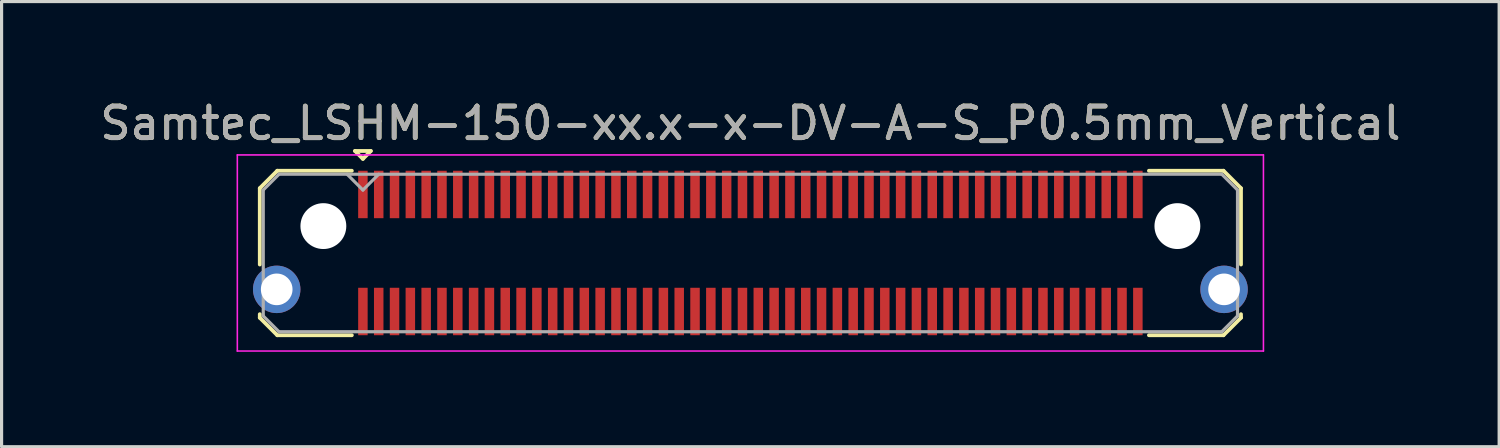
<source format=kicad_pcb>
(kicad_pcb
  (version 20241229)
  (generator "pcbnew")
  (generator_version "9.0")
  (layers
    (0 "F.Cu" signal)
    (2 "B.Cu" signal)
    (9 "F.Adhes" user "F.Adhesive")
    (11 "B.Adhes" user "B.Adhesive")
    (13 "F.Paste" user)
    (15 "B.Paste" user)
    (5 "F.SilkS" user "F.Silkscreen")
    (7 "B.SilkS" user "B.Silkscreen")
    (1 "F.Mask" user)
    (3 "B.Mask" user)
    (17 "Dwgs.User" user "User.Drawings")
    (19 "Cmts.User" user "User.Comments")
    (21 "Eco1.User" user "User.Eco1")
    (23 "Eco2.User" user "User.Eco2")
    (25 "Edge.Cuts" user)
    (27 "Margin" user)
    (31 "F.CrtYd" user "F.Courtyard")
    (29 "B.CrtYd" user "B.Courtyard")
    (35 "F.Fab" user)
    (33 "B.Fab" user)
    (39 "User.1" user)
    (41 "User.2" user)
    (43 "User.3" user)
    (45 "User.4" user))
  (footprint "Samtec_LSHM-150-xx.x-x-DV-A-S_P0.5mm_Vertical"
    (layer "F.Cu")
    (at 20.673 4.948)
    (property "Reference" "Samtec_LSHM-150-xx.x-x-DV-A-S_P0.5mm_Vertical" (at 0 -4.1 0) (layer "F.SilkS") (effects (font (size 1 1) (thickness 0.15))))
    (attr smd)
    (fp_line (start -15.51 -2.047) (end -15.51 0.365) (stroke (width 0.12) (type solid)) (layer "F.SilkS"))
    (fp_line (start -15.51 1.935) (end -15.51 2.047) (stroke (width 0.12) (type solid)) (layer "F.SilkS"))
    (fp_line (start -15.51 2.047) (end -14.957 2.6) (stroke (width 0.12) (type solid)) (layer "F.SilkS"))
    (fp_line (start -14.957 -2.6) (end -15.51 -2.047) (stroke (width 0.12) (type solid)) (layer "F.SilkS"))
    (fp_line (start -14.957 2.6) (end -12.6 2.6) (stroke (width 0.12) (type solid)) (layer "F.SilkS"))
    (fp_line (start -12.6 -2.6) (end -14.957 -2.6) (stroke (width 0.12) (type solid)) (layer "F.SilkS"))
    (fp_line (start -12.5 -3.225) (end -12 -3.225) (stroke (width 0.12) (type solid)) (layer "F.SilkS"))
    (fp_line (start -12.25 -2.975) (end -12.5 -3.225) (stroke (width 0.12) (type solid)) (layer "F.SilkS"))
    (fp_line (start -12 -3.225) (end -12.25 -2.975) (stroke (width 0.12) (type solid)) (layer "F.SilkS"))
    (fp_line (start 12.6 -2.6) (end 14.957 -2.6) (stroke (width 0.12) (type solid)) (layer "F.SilkS"))
    (fp_line (start 14.957 -2.6) (end 15.51 -2.047) (stroke (width 0.12) (type solid)) (layer "F.SilkS"))
    (fp_line (start 14.957 2.6) (end 12.6 2.6) (stroke (width 0.12) (type solid)) (layer "F.SilkS"))
    (fp_line (start 15.51 -2.047) (end 15.51 0.365) (stroke (width 0.12) (type solid)) (layer "F.SilkS"))
    (fp_line (start 15.51 1.935) (end 15.51 2.047) (stroke (width 0.12) (type solid)) (layer "F.SilkS"))
    (fp_line (start 15.51 2.047) (end 14.957 2.6) (stroke (width 0.12) (type solid)) (layer "F.SilkS"))
    (fp_line (start -16.22 -3.1) (end -16.22 3.1) (stroke (width 0.05) (type solid)) (layer "F.CrtYd"))
    (fp_line (start -16.22 3.1) (end 16.22 3.1) (stroke (width 0.05) (type solid)) (layer "F.CrtYd"))
    (fp_line (start 16.22 -3.1) (end -16.22 -3.1) (stroke (width 0.05) (type solid)) (layer "F.CrtYd"))
    (fp_line (start 16.22 3.1) (end 16.22 -3.1) (stroke (width 0.05) (type solid)) (layer "F.CrtYd"))
    (fp_line (start -15.4 -1.992) (end -15.4 1.992) (stroke (width 0.1) (type solid)) (layer "F.Fab"))
    (fp_line (start -15.4 1.992) (end -14.902 2.49) (stroke (width 0.1) (type solid)) (layer "F.Fab"))
    (fp_line (start -14.902 -2.49) (end -15.4 -1.992) (stroke (width 0.1) (type solid)) (layer "F.Fab"))
    (fp_line (start -14.902 2.49) (end 14.902 2.49) (stroke (width 0.1) (type solid)) (layer "F.Fab"))
    (fp_line (start -12.25 -1.99) (end -12.75 -2.49) (stroke (width 0.1) (type solid)) (layer "F.Fab"))
    (fp_line (start -11.75 -2.49) (end -12.25 -1.99) (stroke (width 0.1) (type solid)) (layer "F.Fab"))
    (fp_line (start 14.902 -2.49) (end -14.902 -2.49) (stroke (width 0.1) (type solid)) (layer "F.Fab"))
    (fp_line (start 14.902 2.49) (end 15.4 1.992) (stroke (width 0.1) (type solid)) (layer "F.Fab"))
    (fp_line (start 15.4 -1.992) (end 14.902 -2.49) (stroke (width 0.1) (type solid)) (layer "F.Fab"))
    (fp_line (start 15.4 1.992) (end 15.4 -1.992) (stroke (width 0.1) (type solid)) (layer "F.Fab"))
    (fp_text user "${REFERENCE}" (at 0 -4.1 0) (layer "F.Fab") (effects (font (size 1 1) (thickness 0.15))))
    (pad "" np_thru_hole circle (at -13.5 -0.85) (size 1.45 1.45) (drill 1.45) (layers "*.Cu" "*.Mask"))
    (pad "" np_thru_hole circle (at 13.5 -0.85) (size 1.45 1.45) (drill 1.45) (layers "*.Cu" "*.Mask"))
    (pad "1" smd rect (at -12.25 -1.85) (size 0.3 1.5) (layers "F.Cu" "F.Mask" "F.Paste"))
    (pad "2" smd rect (at -12.25 1.85) (size 0.3 1.5) (layers "F.Cu" "F.Mask" "F.Paste"))
    (pad "3" smd rect (at -11.75 -1.85) (size 0.3 1.5) (layers "F.Cu" "F.Mask" "F.Paste"))
    (pad "4" smd rect (at -11.75 1.85) (size 0.3 1.5) (layers "F.Cu" "F.Mask" "F.Paste"))
    (pad "5" smd rect (at -11.25 -1.85) (size 0.3 1.5) (layers "F.Cu" "F.Mask" "F.Paste"))
    (pad "6" smd rect (at -11.25 1.85) (size 0.3 1.5) (layers "F.Cu" "F.Mask" "F.Paste"))
    (pad "7" smd rect (at -10.75 -1.85) (size 0.3 1.5) (layers "F.Cu" "F.Mask" "F.Paste"))
    (pad "8" smd rect (at -10.75 1.85) (size 0.3 1.5) (layers "F.Cu" "F.Mask" "F.Paste"))
    (pad "9" smd rect (at -10.25 -1.85) (size 0.3 1.5) (layers "F.Cu" "F.Mask" "F.Paste"))
    (pad "10" smd rect (at -10.25 1.85) (size 0.3 1.5) (layers "F.Cu" "F.Mask" "F.Paste"))
    (pad "11" smd rect (at -9.75 -1.85) (size 0.3 1.5) (layers "F.Cu" "F.Mask" "F.Paste"))
    (pad "12" smd rect (at -9.75 1.85) (size 0.3 1.5) (layers "F.Cu" "F.Mask" "F.Paste"))
    (pad "13" smd rect (at -9.25 -1.85) (size 0.3 1.5) (layers "F.Cu" "F.Mask" "F.Paste"))
    (pad "14" smd rect (at -9.25 1.85) (size 0.3 1.5) (layers "F.Cu" "F.Mask" "F.Paste"))
    (pad "15" smd rect (at -8.75 -1.85) (size 0.3 1.5) (layers "F.Cu" "F.Mask" "F.Paste"))
    (pad "16" smd rect (at -8.75 1.85) (size 0.3 1.5) (layers "F.Cu" "F.Mask" "F.Paste"))
    (pad "17" smd rect (at -8.25 -1.85) (size 0.3 1.5) (layers "F.Cu" "F.Mask" "F.Paste"))
    (pad "18" smd rect (at -8.25 1.85) (size 0.3 1.5) (layers "F.Cu" "F.Mask" "F.Paste"))
    (pad "19" smd rect (at -7.75 -1.85) (size 0.3 1.5) (layers "F.Cu" "F.Mask" "F.Paste"))
    (pad "20" smd rect (at -7.75 1.85) (size 0.3 1.5) (layers "F.Cu" "F.Mask" "F.Paste"))
    (pad "21" smd rect (at -7.25 -1.85) (size 0.3 1.5) (layers "F.Cu" "F.Mask" "F.Paste"))
    (pad "22" smd rect (at -7.25 1.85) (size 0.3 1.5) (layers "F.Cu" "F.Mask" "F.Paste"))
    (pad "23" smd rect (at -6.75 -1.85) (size 0.3 1.5) (layers "F.Cu" "F.Mask" "F.Paste"))
    (pad "24" smd rect (at -6.75 1.85) (size 0.3 1.5) (layers "F.Cu" "F.Mask" "F.Paste"))
    (pad "25" smd rect (at -6.25 -1.85) (size 0.3 1.5) (layers "F.Cu" "F.Mask" "F.Paste"))
    (pad "26" smd rect (at -6.25 1.85) (size 0.3 1.5) (layers "F.Cu" "F.Mask" "F.Paste"))
    (pad "27" smd rect (at -5.75 -1.85) (size 0.3 1.5) (layers "F.Cu" "F.Mask" "F.Paste"))
    (pad "28" smd rect (at -5.75 1.85) (size 0.3 1.5) (layers "F.Cu" "F.Mask" "F.Paste"))
    (pad "29" smd rect (at -5.25 -1.85) (size 0.3 1.5) (layers "F.Cu" "F.Mask" "F.Paste"))
    (pad "30" smd rect (at -5.25 1.85) (size 0.3 1.5) (layers "F.Cu" "F.Mask" "F.Paste"))
    (pad "31" smd rect (at -4.75 -1.85) (size 0.3 1.5) (layers "F.Cu" "F.Mask" "F.Paste"))
    (pad "32" smd rect (at -4.75 1.85) (size 0.3 1.5) (layers "F.Cu" "F.Mask" "F.Paste"))
    (pad "33" smd rect (at -4.25 -1.85) (size 0.3 1.5) (layers "F.Cu" "F.Mask" "F.Paste"))
    (pad "34" smd rect (at -4.25 1.85) (size 0.3 1.5) (layers "F.Cu" "F.Mask" "F.Paste"))
    (pad "35" smd rect (at -3.75 -1.85) (size 0.3 1.5) (layers "F.Cu" "F.Mask" "F.Paste"))
    (pad "36" smd rect (at -3.75 1.85) (size 0.3 1.5) (layers "F.Cu" "F.Mask" "F.Paste"))
    (pad "37" smd rect (at -3.25 -1.85) (size 0.3 1.5) (layers "F.Cu" "F.Mask" "F.Paste"))
    (pad "38" smd rect (at -3.25 1.85) (size 0.3 1.5) (layers "F.Cu" "F.Mask" "F.Paste"))
    (pad "39" smd rect (at -2.75 -1.85) (size 0.3 1.5) (layers "F.Cu" "F.Mask" "F.Paste"))
    (pad "40" smd rect (at -2.75 1.85) (size 0.3 1.5) (layers "F.Cu" "F.Mask" "F.Paste"))
    (pad "41" smd rect (at -2.25 -1.85) (size 0.3 1.5) (layers "F.Cu" "F.Mask" "F.Paste"))
    (pad "42" smd rect (at -2.25 1.85) (size 0.3 1.5) (layers "F.Cu" "F.Mask" "F.Paste"))
    (pad "43" smd rect (at -1.75 -1.85) (size 0.3 1.5) (layers "F.Cu" "F.Mask" "F.Paste"))
    (pad "44" smd rect (at -1.75 1.85) (size 0.3 1.5) (layers "F.Cu" "F.Mask" "F.Paste"))
    (pad "45" smd rect (at -1.25 -1.85) (size 0.3 1.5) (layers "F.Cu" "F.Mask" "F.Paste"))
    (pad "46" smd rect (at -1.25 1.85) (size 0.3 1.5) (layers "F.Cu" "F.Mask" "F.Paste"))
    (pad "47" smd rect (at -0.75 -1.85) (size 0.3 1.5) (layers "F.Cu" "F.Mask" "F.Paste"))
    (pad "48" smd rect (at -0.75 1.85) (size 0.3 1.5) (layers "F.Cu" "F.Mask" "F.Paste"))
    (pad "49" smd rect (at -0.25 -1.85) (size 0.3 1.5) (layers "F.Cu" "F.Mask" "F.Paste"))
    (pad "50" smd rect (at -0.25 1.85) (size 0.3 1.5) (layers "F.Cu" "F.Mask" "F.Paste"))
    (pad "51" smd rect (at 0.25 -1.85) (size 0.3 1.5) (layers "F.Cu" "F.Mask" "F.Paste"))
    (pad "52" smd rect (at 0.25 1.85) (size 0.3 1.5) (layers "F.Cu" "F.Mask" "F.Paste"))
    (pad "53" smd rect (at 0.75 -1.85) (size 0.3 1.5) (layers "F.Cu" "F.Mask" "F.Paste"))
    (pad "54" smd rect (at 0.75 1.85) (size 0.3 1.5) (layers "F.Cu" "F.Mask" "F.Paste"))
    (pad "55" smd rect (at 1.25 -1.85) (size 0.3 1.5) (layers "F.Cu" "F.Mask" "F.Paste"))
    (pad "56" smd rect (at 1.25 1.85) (size 0.3 1.5) (layers "F.Cu" "F.Mask" "F.Paste"))
    (pad "57" smd rect (at 1.75 -1.85) (size 0.3 1.5) (layers "F.Cu" "F.Mask" "F.Paste"))
    (pad "58" smd rect (at 1.75 1.85) (size 0.3 1.5) (layers "F.Cu" "F.Mask" "F.Paste"))
    (pad "59" smd rect (at 2.25 -1.85) (size 0.3 1.5) (layers "F.Cu" "F.Mask" "F.Paste"))
    (pad "60" smd rect (at 2.25 1.85) (size 0.3 1.5) (layers "F.Cu" "F.Mask" "F.Paste"))
    (pad "61" smd rect (at 2.75 -1.85) (size 0.3 1.5) (layers "F.Cu" "F.Mask" "F.Paste"))
    (pad "62" smd rect (at 2.75 1.85) (size 0.3 1.5) (layers "F.Cu" "F.Mask" "F.Paste"))
    (pad "63" smd rect (at 3.25 -1.85) (size 0.3 1.5) (layers "F.Cu" "F.Mask" "F.Paste"))
    (pad "64" smd rect (at 3.25 1.85) (size 0.3 1.5) (layers "F.Cu" "F.Mask" "F.Paste"))
    (pad "65" smd rect (at 3.75 -1.85) (size 0.3 1.5) (layers "F.Cu" "F.Mask" "F.Paste"))
    (pad "66" smd rect (at 3.75 1.85) (size 0.3 1.5) (layers "F.Cu" "F.Mask" "F.Paste"))
    (pad "67" smd rect (at 4.25 -1.85) (size 0.3 1.5) (layers "F.Cu" "F.Mask" "F.Paste"))
    (pad "68" smd rect (at 4.25 1.85) (size 0.3 1.5) (layers "F.Cu" "F.Mask" "F.Paste"))
    (pad "69" smd rect (at 4.75 -1.85) (size 0.3 1.5) (layers "F.Cu" "F.Mask" "F.Paste"))
    (pad "70" smd rect (at 4.75 1.85) (size 0.3 1.5) (layers "F.Cu" "F.Mask" "F.Paste"))
    (pad "71" smd rect (at 5.25 -1.85) (size 0.3 1.5) (layers "F.Cu" "F.Mask" "F.Paste"))
    (pad "72" smd rect (at 5.25 1.85) (size 0.3 1.5) (layers "F.Cu" "F.Mask" "F.Paste"))
    (pad "73" smd rect (at 5.75 -1.85) (size 0.3 1.5) (layers "F.Cu" "F.Mask" "F.Paste"))
    (pad "74" smd rect (at 5.75 1.85) (size 0.3 1.5) (layers "F.Cu" "F.Mask" "F.Paste"))
    (pad "75" smd rect (at 6.25 -1.85) (size 0.3 1.5) (layers "F.Cu" "F.Mask" "F.Paste"))
    (pad "76" smd rect (at 6.25 1.85) (size 0.3 1.5) (layers "F.Cu" "F.Mask" "F.Paste"))
    (pad "77" smd rect (at 6.75 -1.85) (size 0.3 1.5) (layers "F.Cu" "F.Mask" "F.Paste"))
    (pad "78" smd rect (at 6.75 1.85) (size 0.3 1.5) (layers "F.Cu" "F.Mask" "F.Paste"))
    (pad "79" smd rect (at 7.25 -1.85) (size 0.3 1.5) (layers "F.Cu" "F.Mask" "F.Paste"))
    (pad "80" smd rect (at 7.25 1.85) (size 0.3 1.5) (layers "F.Cu" "F.Mask" "F.Paste"))
    (pad "81" smd rect (at 7.75 -1.85) (size 0.3 1.5) (layers "F.Cu" "F.Mask" "F.Paste"))
    (pad "82" smd rect (at 7.75 1.85) (size 0.3 1.5) (layers "F.Cu" "F.Mask" "F.Paste"))
    (pad "83" smd rect (at 8.25 -1.85) (size 0.3 1.5) (layers "F.Cu" "F.Mask" "F.Paste"))
    (pad "84" smd rect (at 8.25 1.85) (size 0.3 1.5) (layers "F.Cu" "F.Mask" "F.Paste"))
    (pad "85" smd rect (at 8.75 -1.85) (size 0.3 1.5) (layers "F.Cu" "F.Mask" "F.Paste"))
    (pad "86" smd rect (at 8.75 1.85) (size 0.3 1.5) (layers "F.Cu" "F.Mask" "F.Paste"))
    (pad "87" smd rect (at 9.25 -1.85) (size 0.3 1.5) (layers "F.Cu" "F.Mask" "F.Paste"))
    (pad "88" smd rect (at 9.25 1.85) (size 0.3 1.5) (layers "F.Cu" "F.Mask" "F.Paste"))
    (pad "89" smd rect (at 9.75 -1.85) (size 0.3 1.5) (layers "F.Cu" "F.Mask" "F.Paste"))
    (pad "90" smd rect (at 9.75 1.85) (size 0.3 1.5) (layers "F.Cu" "F.Mask" "F.Paste"))
    (pad "91" smd rect (at 10.25 -1.85) (size 0.3 1.5) (layers "F.Cu" "F.Mask" "F.Paste"))
    (pad "92" smd rect (at 10.25 1.85) (size 0.3 1.5) (layers "F.Cu" "F.Mask" "F.Paste"))
    (pad "93" smd rect (at 10.75 -1.85) (size 0.3 1.5) (layers "F.Cu" "F.Mask" "F.Paste"))
    (pad "94" smd rect (at 10.75 1.85) (size 0.3 1.5) (layers "F.Cu" "F.Mask" "F.Paste"))
    (pad "95" smd rect (at 11.25 -1.85) (size 0.3 1.5) (layers "F.Cu" "F.Mask" "F.Paste"))
    (pad "96" smd rect (at 11.25 1.85) (size 0.3 1.5) (layers "F.Cu" "F.Mask" "F.Paste"))
    (pad "97" smd rect (at 11.75 -1.85) (size 0.3 1.5) (layers "F.Cu" "F.Mask" "F.Paste"))
    (pad "98" smd rect (at 11.75 1.85) (size 0.3 1.5) (layers "F.Cu" "F.Mask" "F.Paste"))
    (pad "99" smd rect (at 12.25 -1.85) (size 0.3 1.5) (layers "F.Cu" "F.Mask" "F.Paste"))
    (pad "100" smd rect (at 12.25 1.85) (size 0.3 1.5) (layers "F.Cu" "F.Mask" "F.Paste"))
    (pad "SH" thru_hole circle (at -14.975 1.15) (size 1.5 1.5) (drill 1) (layers "*.Cu" "*.Mask"))
    (pad "SH" thru_hole circle (at 14.975 1.15) (size 1.5 1.5) (drill 1) (layers "*.Cu" "*.Mask")))
  (gr_rect
    (start -3 -3)
    (end 44.345 11.073)
    (stroke (width 0.1) (type default))
    (fill no)
    (layer "Edge.Cuts")))
</source>
